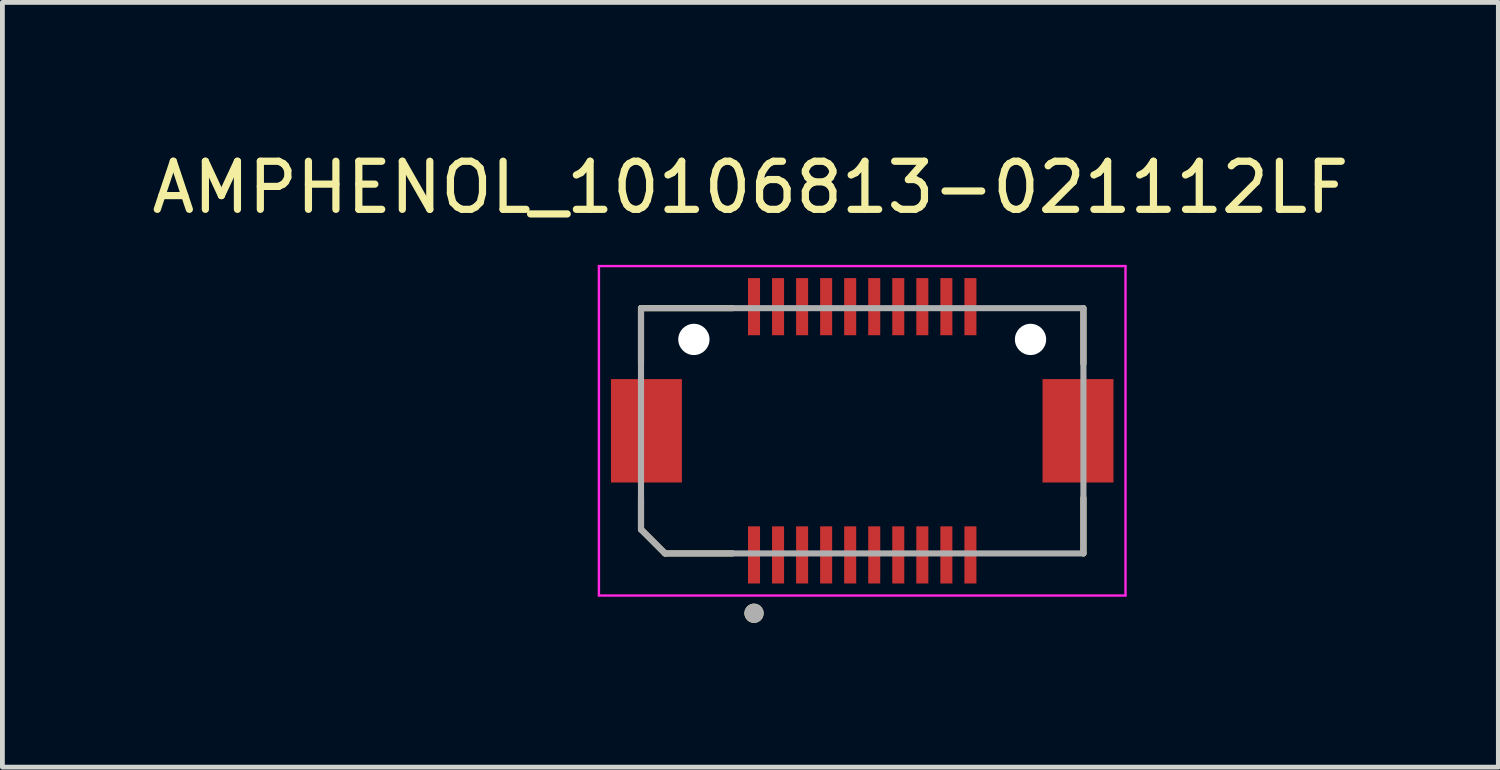
<source format=kicad_pcb>
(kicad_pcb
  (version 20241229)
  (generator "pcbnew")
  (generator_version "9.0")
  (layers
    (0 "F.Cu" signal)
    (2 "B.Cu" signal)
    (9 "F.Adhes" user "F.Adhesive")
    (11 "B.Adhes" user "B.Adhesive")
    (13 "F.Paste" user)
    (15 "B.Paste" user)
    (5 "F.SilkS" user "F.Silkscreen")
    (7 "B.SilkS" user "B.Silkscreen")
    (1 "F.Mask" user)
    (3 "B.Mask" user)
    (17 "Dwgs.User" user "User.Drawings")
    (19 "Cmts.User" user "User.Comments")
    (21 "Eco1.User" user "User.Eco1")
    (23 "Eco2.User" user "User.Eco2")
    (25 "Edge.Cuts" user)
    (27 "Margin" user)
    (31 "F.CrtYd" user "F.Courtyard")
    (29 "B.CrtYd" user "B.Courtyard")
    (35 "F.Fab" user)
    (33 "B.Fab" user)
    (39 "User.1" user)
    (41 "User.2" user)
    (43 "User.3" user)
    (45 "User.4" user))
  (footprint "AMPHENOL_10106813-021112LF"
    (layer "F.Cu")
    (at 14.879 5.908)
    (property "Reference" "AMPHENOL_10106813-021112LF" (at -2.325 -5.06 0) (layer "F.SilkS") (effects (font (size 1 1) (thickness 0.15))))
    (attr smd)
    (fp_line (start -4.6 -2.55) (end -2.695 -2.55) (stroke (width 0.127) (type solid)) (layer "F.SilkS"))
    (fp_line (start -4.6 -1.395) (end -4.6 -2.55) (stroke (width 0.127) (type solid)) (layer "F.SilkS"))
    (fp_line (start -4.6 2.05) (end -4.6 1.395) (stroke (width 0.127) (type solid)) (layer "F.SilkS"))
    (fp_line (start -4.1 2.55) (end -4.6 2.05) (stroke (width 0.127) (type solid)) (layer "F.SilkS"))
    (fp_line (start -2.695 2.55) (end -4.1 2.55) (stroke (width 0.127) (type solid)) (layer "F.SilkS"))
    (fp_line (start 4.6 -2.55) (end 4.6 -1.395) (stroke (width 0.127) (type solid)) (layer "F.SilkS"))
    (fp_line (start 4.6 2.55) (end 4.6 1.395) (stroke (width 0.127) (type solid)) (layer "F.SilkS"))
    (fp_circle (center -2.25 3.794) (end -2.15 3.794) (stroke (width 0.2) (type solid)) (fill no) (layer "F.SilkS"))
    (fp_line (start -5.475 -3.425) (end -5.475 3.425) (stroke (width 0.05) (type solid)) (layer "F.CrtYd"))
    (fp_line (start -5.475 3.425) (end 5.475 3.425) (stroke (width 0.05) (type solid)) (layer "F.CrtYd"))
    (fp_line (start 5.475 -3.425) (end -5.475 -3.425) (stroke (width 0.05) (type solid)) (layer "F.CrtYd"))
    (fp_line (start 5.475 3.425) (end 5.475 -3.425) (stroke (width 0.05) (type solid)) (layer "F.CrtYd"))
    (fp_line (start -4.6 -2.55) (end 4.6 -2.55) (stroke (width 0.127) (type solid)) (layer "F.Fab"))
    (fp_line (start -4.6 2.05) (end -4.6 -2.55) (stroke (width 0.127) (type solid)) (layer "F.Fab"))
    (fp_line (start -4.1 2.55) (end -4.6 2.05) (stroke (width 0.127) (type solid)) (layer "F.Fab"))
    (fp_line (start 4.6 -2.55) (end 4.6 2.55) (stroke (width 0.127) (type solid)) (layer "F.Fab"))
    (fp_line (start 4.6 2.55) (end -4.1 2.55) (stroke (width 0.127) (type solid)) (layer "F.Fab"))
    (fp_circle (center -2.25 3.794) (end -2.15 3.794) (stroke (width 0.2) (type solid)) (fill no) (layer "F.Fab"))
    (pad "" np_thru_hole circle (at -3.5 -1.9) (size 0.65 0.65) (drill 0.65) (layers "*.Cu" "*.Mask"))
    (pad "" np_thru_hole circle (at 3.5 -1.9) (size 0.65 0.65) (drill 0.65) (layers "*.Cu" "*.Mask"))
    (pad "1" smd rect (at -2.25 2.581) (size 0.25 1.188) (layers "F.Cu" "F.Mask" "F.Paste"))
    (pad "2" smd rect (at -2.25 -2.581) (size 0.25 1.188) (layers "F.Cu" "F.Mask" "F.Paste"))
    (pad "3" smd rect (at -1.75 2.581) (size 0.25 1.188) (layers "F.Cu" "F.Mask" "F.Paste"))
    (pad "4" smd rect (at -1.75 -2.581) (size 0.25 1.188) (layers "F.Cu" "F.Mask" "F.Paste"))
    (pad "5" smd rect (at -1.25 2.581) (size 0.25 1.188) (layers "F.Cu" "F.Mask" "F.Paste"))
    (pad "6" smd rect (at -1.25 -2.581) (size 0.25 1.188) (layers "F.Cu" "F.Mask" "F.Paste"))
    (pad "7" smd rect (at -0.75 2.581) (size 0.25 1.188) (layers "F.Cu" "F.Mask" "F.Paste"))
    (pad "8" smd rect (at -0.75 -2.581) (size 0.25 1.188) (layers "F.Cu" "F.Mask" "F.Paste"))
    (pad "9" smd rect (at -0.25 2.581) (size 0.25 1.188) (layers "F.Cu" "F.Mask" "F.Paste"))
    (pad "10" smd rect (at -0.25 -2.581) (size 0.25 1.188) (layers "F.Cu" "F.Mask" "F.Paste"))
    (pad "11" smd rect (at 0.25 2.581) (size 0.25 1.188) (layers "F.Cu" "F.Mask" "F.Paste"))
    (pad "12" smd rect (at 0.25 -2.581) (size 0.25 1.188) (layers "F.Cu" "F.Mask" "F.Paste"))
    (pad "13" smd rect (at 0.75 2.581) (size 0.25 1.188) (layers "F.Cu" "F.Mask" "F.Paste"))
    (pad "14" smd rect (at 0.75 -2.581) (size 0.25 1.188) (layers "F.Cu" "F.Mask" "F.Paste"))
    (pad "15" smd rect (at 1.25 2.581) (size 0.25 1.188) (layers "F.Cu" "F.Mask" "F.Paste"))
    (pad "16" smd rect (at 1.25 -2.581) (size 0.25 1.188) (layers "F.Cu" "F.Mask" "F.Paste"))
    (pad "17" smd rect (at 1.75 2.581) (size 0.25 1.188) (layers "F.Cu" "F.Mask" "F.Paste"))
    (pad "18" smd rect (at 1.75 -2.581) (size 0.25 1.188) (layers "F.Cu" "F.Mask" "F.Paste"))
    (pad "19" smd rect (at 2.25 2.581) (size 0.25 1.188) (layers "F.Cu" "F.Mask" "F.Paste"))
    (pad "20" smd rect (at 2.25 -2.581) (size 0.25 1.188) (layers "F.Cu" "F.Mask" "F.Paste"))
    (pad "SH1" smd rect (at -4.487 0) (size 1.475 2.15) (layers "F.Cu" "F.Mask" "F.Paste"))
    (pad "SH2" smd rect (at 4.487 0) (size 1.475 2.15) (layers "F.Cu" "F.Mask" "F.Paste")))
  (gr_rect
    (start -3 -3)
    (end 28.107 12.902)
    (stroke (width 0.1) (type default))
    (fill no)
    (layer "Edge.Cuts")))
</source>
